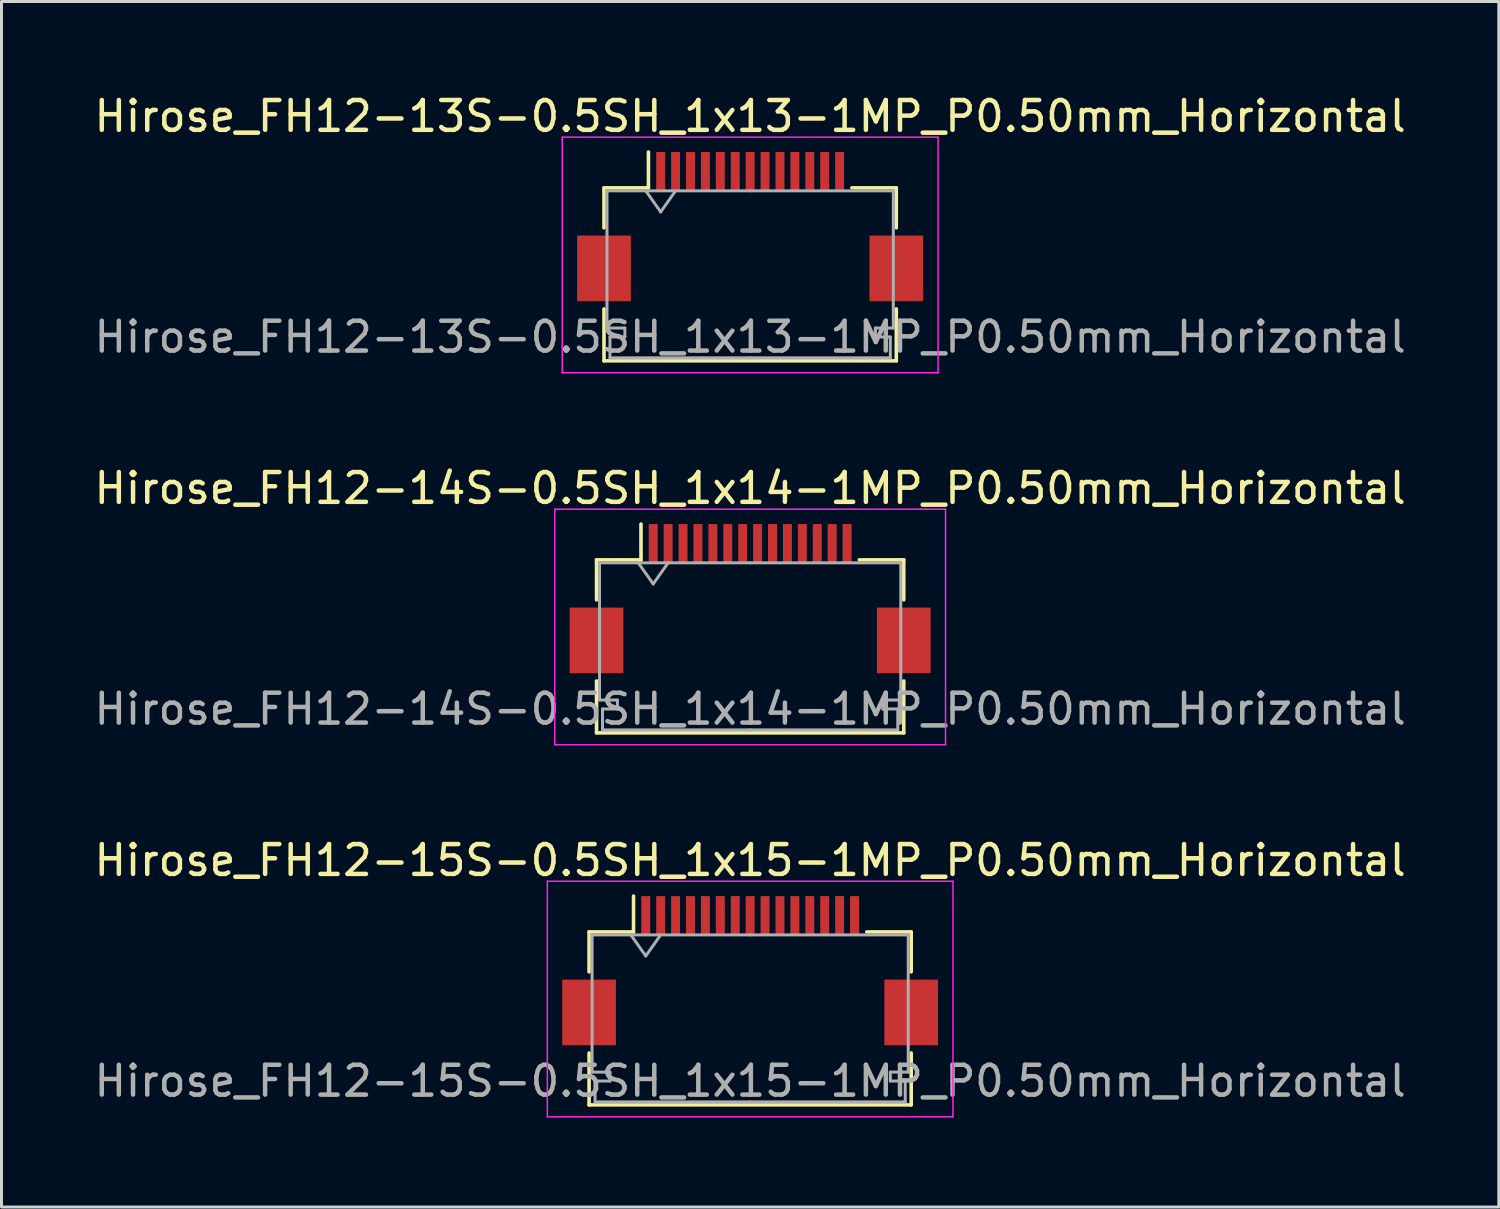
<source format=kicad_pcb>
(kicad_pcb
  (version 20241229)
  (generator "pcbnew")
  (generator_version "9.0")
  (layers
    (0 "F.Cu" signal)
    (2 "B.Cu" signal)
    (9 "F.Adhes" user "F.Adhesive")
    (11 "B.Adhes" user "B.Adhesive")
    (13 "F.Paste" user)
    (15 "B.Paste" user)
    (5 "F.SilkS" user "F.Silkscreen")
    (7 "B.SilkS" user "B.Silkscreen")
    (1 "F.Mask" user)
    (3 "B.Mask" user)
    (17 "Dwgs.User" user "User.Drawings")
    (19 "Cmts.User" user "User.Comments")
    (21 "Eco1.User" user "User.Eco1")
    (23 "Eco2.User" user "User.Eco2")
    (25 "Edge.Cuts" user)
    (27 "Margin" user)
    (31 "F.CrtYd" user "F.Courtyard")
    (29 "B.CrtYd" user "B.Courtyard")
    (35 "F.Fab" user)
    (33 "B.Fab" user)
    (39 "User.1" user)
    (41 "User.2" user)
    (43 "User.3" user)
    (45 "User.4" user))
  (footprint "Hirose_FH12-15S-0.5SH_1x15-1MP_P0.50mm_Horizontal"
    (layer "F.Cu")
    (at 22.101 29.495)
    (property "Reference" "Hirose_FH12-15S-0.5SH_1x15-1MP_P0.50mm_Horizontal" (at 0 -3.7 0) (layer "F.SilkS") (effects (font (size 1 1) (thickness 0.15))))
    (attr smd)
    (fp_line (start -5.4 -1.3) (end -5.4 0.04) (stroke (width 0.12) (type solid)) (layer "F.SilkS"))
    (fp_line (start -5.4 2.76) (end -5.4 4.5) (stroke (width 0.12) (type solid)) (layer "F.SilkS"))
    (fp_line (start -5.4 4.5) (end 5.4 4.5) (stroke (width 0.12) (type solid)) (layer "F.SilkS"))
    (fp_line (start -3.91 -1.3) (end -5.4 -1.3) (stroke (width 0.12) (type solid)) (layer "F.SilkS"))
    (fp_line (start -3.91 -1.3) (end -3.91 -2.5) (stroke (width 0.12) (type solid)) (layer "F.SilkS"))
    (fp_line (start 3.91 -1.3) (end 5.4 -1.3) (stroke (width 0.12) (type solid)) (layer "F.SilkS"))
    (fp_line (start 5.4 -1.3) (end 5.4 0.04) (stroke (width 0.12) (type solid)) (layer "F.SilkS"))
    (fp_line (start 5.4 4.5) (end 5.4 2.76) (stroke (width 0.12) (type solid)) (layer "F.SilkS"))
    (fp_line (start -6.8 -3) (end -6.8 4.9) (stroke (width 0.05) (type solid)) (layer "F.CrtYd"))
    (fp_line (start -6.8 4.9) (end 6.8 4.9) (stroke (width 0.05) (type solid)) (layer "F.CrtYd"))
    (fp_line (start 6.8 -3) (end -6.8 -3) (stroke (width 0.05) (type solid)) (layer "F.CrtYd"))
    (fp_line (start 6.8 4.9) (end 6.8 -3) (stroke (width 0.05) (type solid)) (layer "F.CrtYd"))
    (fp_line (start -5.3 -1.2) (end -5.3 3.4) (stroke (width 0.1) (type solid)) (layer "F.Fab"))
    (fp_line (start -5.3 3.4) (end -4.7 3.4) (stroke (width 0.1) (type solid)) (layer "F.Fab"))
    (fp_line (start -5.2 3.7) (end -5.2 4.4) (stroke (width 0.1) (type solid)) (layer "F.Fab"))
    (fp_line (start -5.2 4.4) (end 0 4.4) (stroke (width 0.1) (type solid)) (layer "F.Fab"))
    (fp_line (start -4.7 3.4) (end -4.7 3.7) (stroke (width 0.1) (type solid)) (layer "F.Fab"))
    (fp_line (start -4.7 3.7) (end -5.2 3.7) (stroke (width 0.1) (type solid)) (layer "F.Fab"))
    (fp_line (start -4 -1.2) (end -3.5 -0.493) (stroke (width 0.1) (type solid)) (layer "F.Fab"))
    (fp_line (start -3.5 -0.493) (end -3 -1.2) (stroke (width 0.1) (type solid)) (layer "F.Fab"))
    (fp_line (start 0 -1.2) (end -5.3 -1.2) (stroke (width 0.1) (type solid)) (layer "F.Fab"))
    (fp_line (start 0 -1.2) (end 5.3 -1.2) (stroke (width 0.1) (type solid)) (layer "F.Fab"))
    (fp_line (start 4.7 3.4) (end 4.7 3.7) (stroke (width 0.1) (type solid)) (layer "F.Fab"))
    (fp_line (start 4.7 3.7) (end 5.2 3.7) (stroke (width 0.1) (type solid)) (layer "F.Fab"))
    (fp_line (start 5.2 3.7) (end 5.2 4.4) (stroke (width 0.1) (type solid)) (layer "F.Fab"))
    (fp_line (start 5.2 4.4) (end 0 4.4) (stroke (width 0.1) (type solid)) (layer "F.Fab"))
    (fp_line (start 5.3 -1.2) (end 5.3 3.4) (stroke (width 0.1) (type solid)) (layer "F.Fab"))
    (fp_line (start 5.3 3.4) (end 4.7 3.4) (stroke (width 0.1) (type solid)) (layer "F.Fab"))
    (fp_text user "${REFERENCE}" (at 0 3.7 0) (layer "F.Fab") (effects (font (size 1 1) (thickness 0.15))))
    (pad "1" smd rect (at -3.5 -1.85) (size 0.3 1.3) (layers "F.Cu" "F.Mask" "F.Paste"))
    (pad "2" smd rect (at -3 -1.85) (size 0.3 1.3) (layers "F.Cu" "F.Mask" "F.Paste"))
    (pad "3" smd rect (at -2.5 -1.85) (size 0.3 1.3) (layers "F.Cu" "F.Mask" "F.Paste"))
    (pad "4" smd rect (at -2 -1.85) (size 0.3 1.3) (layers "F.Cu" "F.Mask" "F.Paste"))
    (pad "5" smd rect (at -1.5 -1.85) (size 0.3 1.3) (layers "F.Cu" "F.Mask" "F.Paste"))
    (pad "6" smd rect (at -1 -1.85) (size 0.3 1.3) (layers "F.Cu" "F.Mask" "F.Paste"))
    (pad "7" smd rect (at -0.5 -1.85) (size 0.3 1.3) (layers "F.Cu" "F.Mask" "F.Paste"))
    (pad "8" smd rect (at 0 -1.85) (size 0.3 1.3) (layers "F.Cu" "F.Mask" "F.Paste"))
    (pad "9" smd rect (at 0.5 -1.85) (size 0.3 1.3) (layers "F.Cu" "F.Mask" "F.Paste"))
    (pad "10" smd rect (at 1 -1.85) (size 0.3 1.3) (layers "F.Cu" "F.Mask" "F.Paste"))
    (pad "11" smd rect (at 1.5 -1.85) (size 0.3 1.3) (layers "F.Cu" "F.Mask" "F.Paste"))
    (pad "12" smd rect (at 2 -1.85) (size 0.3 1.3) (layers "F.Cu" "F.Mask" "F.Paste"))
    (pad "13" smd rect (at 2.5 -1.85) (size 0.3 1.3) (layers "F.Cu" "F.Mask" "F.Paste"))
    (pad "14" smd rect (at 3 -1.85) (size 0.3 1.3) (layers "F.Cu" "F.Mask" "F.Paste"))
    (pad "15" smd rect (at 3.5 -1.85) (size 0.3 1.3) (layers "F.Cu" "F.Mask" "F.Paste"))
    (pad "MP" smd rect (at -5.4 1.4) (size 1.8 2.2) (layers "F.Cu" "F.Mask" "F.Paste"))
    (pad "MP" smd rect (at 5.4 1.4) (size 1.8 2.2) (layers "F.Cu" "F.Mask" "F.Paste")))
  (footprint "Hirose_FH12-13S-0.5SH_1x13-1MP_P0.50mm_Horizontal"
    (layer "F.Cu")
    (at 22.101 4.548)
    (property "Reference" "Hirose_FH12-13S-0.5SH_1x13-1MP_P0.50mm_Horizontal" (at 0 -3.7 0) (layer "F.SilkS") (effects (font (size 1 1) (thickness 0.15))))
    (attr smd)
    (fp_line (start -4.9 -1.3) (end -4.9 0.04) (stroke (width 0.12) (type solid)) (layer "F.SilkS"))
    (fp_line (start -4.9 2.76) (end -4.9 4.5) (stroke (width 0.12) (type solid)) (layer "F.SilkS"))
    (fp_line (start -4.9 4.5) (end 4.9 4.5) (stroke (width 0.12) (type solid)) (layer "F.SilkS"))
    (fp_line (start -3.41 -1.3) (end -4.9 -1.3) (stroke (width 0.12) (type solid)) (layer "F.SilkS"))
    (fp_line (start -3.41 -1.3) (end -3.41 -2.5) (stroke (width 0.12) (type solid)) (layer "F.SilkS"))
    (fp_line (start 3.41 -1.3) (end 4.9 -1.3) (stroke (width 0.12) (type solid)) (layer "F.SilkS"))
    (fp_line (start 4.9 -1.3) (end 4.9 0.04) (stroke (width 0.12) (type solid)) (layer "F.SilkS"))
    (fp_line (start 4.9 4.5) (end 4.9 2.76) (stroke (width 0.12) (type solid)) (layer "F.SilkS"))
    (fp_line (start -6.3 -3) (end -6.3 4.9) (stroke (width 0.05) (type solid)) (layer "F.CrtYd"))
    (fp_line (start -6.3 4.9) (end 6.3 4.9) (stroke (width 0.05) (type solid)) (layer "F.CrtYd"))
    (fp_line (start 6.3 -3) (end -6.3 -3) (stroke (width 0.05) (type solid)) (layer "F.CrtYd"))
    (fp_line (start 6.3 4.9) (end 6.3 -3) (stroke (width 0.05) (type solid)) (layer "F.CrtYd"))
    (fp_line (start -4.8 -1.2) (end -4.8 3.4) (stroke (width 0.1) (type solid)) (layer "F.Fab"))
    (fp_line (start -4.8 3.4) (end -4.2 3.4) (stroke (width 0.1) (type solid)) (layer "F.Fab"))
    (fp_line (start -4.7 3.7) (end -4.7 4.4) (stroke (width 0.1) (type solid)) (layer "F.Fab"))
    (fp_line (start -4.7 4.4) (end 0 4.4) (stroke (width 0.1) (type solid)) (layer "F.Fab"))
    (fp_line (start -4.2 3.4) (end -4.2 3.7) (stroke (width 0.1) (type solid)) (layer "F.Fab"))
    (fp_line (start -4.2 3.7) (end -4.7 3.7) (stroke (width 0.1) (type solid)) (layer "F.Fab"))
    (fp_line (start -3.5 -1.2) (end -3 -0.493) (stroke (width 0.1) (type solid)) (layer "F.Fab"))
    (fp_line (start -3 -0.493) (end -2.5 -1.2) (stroke (width 0.1) (type solid)) (layer "F.Fab"))
    (fp_line (start 0 -1.2) (end -4.8 -1.2) (stroke (width 0.1) (type solid)) (layer "F.Fab"))
    (fp_line (start 0 -1.2) (end 4.8 -1.2) (stroke (width 0.1) (type solid)) (layer "F.Fab"))
    (fp_line (start 4.2 3.4) (end 4.2 3.7) (stroke (width 0.1) (type solid)) (layer "F.Fab"))
    (fp_line (start 4.2 3.7) (end 4.7 3.7) (stroke (width 0.1) (type solid)) (layer "F.Fab"))
    (fp_line (start 4.7 3.7) (end 4.7 4.4) (stroke (width 0.1) (type solid)) (layer "F.Fab"))
    (fp_line (start 4.7 4.4) (end 0 4.4) (stroke (width 0.1) (type solid)) (layer "F.Fab"))
    (fp_line (start 4.8 -1.2) (end 4.8 3.4) (stroke (width 0.1) (type solid)) (layer "F.Fab"))
    (fp_line (start 4.8 3.4) (end 4.2 3.4) (stroke (width 0.1) (type solid)) (layer "F.Fab"))
    (fp_text user "${REFERENCE}" (at 0 3.7 0) (layer "F.Fab") (effects (font (size 1 1) (thickness 0.15))))
    (pad "1" smd rect (at -3 -1.85) (size 0.3 1.3) (layers "F.Cu" "F.Mask" "F.Paste"))
    (pad "2" smd rect (at -2.5 -1.85) (size 0.3 1.3) (layers "F.Cu" "F.Mask" "F.Paste"))
    (pad "3" smd rect (at -2 -1.85) (size 0.3 1.3) (layers "F.Cu" "F.Mask" "F.Paste"))
    (pad "4" smd rect (at -1.5 -1.85) (size 0.3 1.3) (layers "F.Cu" "F.Mask" "F.Paste"))
    (pad "5" smd rect (at -1 -1.85) (size 0.3 1.3) (layers "F.Cu" "F.Mask" "F.Paste"))
    (pad "6" smd rect (at -0.5 -1.85) (size 0.3 1.3) (layers "F.Cu" "F.Mask" "F.Paste"))
    (pad "7" smd rect (at 0 -1.85) (size 0.3 1.3) (layers "F.Cu" "F.Mask" "F.Paste"))
    (pad "8" smd rect (at 0.5 -1.85) (size 0.3 1.3) (layers "F.Cu" "F.Mask" "F.Paste"))
    (pad "9" smd rect (at 1 -1.85) (size 0.3 1.3) (layers "F.Cu" "F.Mask" "F.Paste"))
    (pad "10" smd rect (at 1.5 -1.85) (size 0.3 1.3) (layers "F.Cu" "F.Mask" "F.Paste"))
    (pad "11" smd rect (at 2 -1.85) (size 0.3 1.3) (layers "F.Cu" "F.Mask" "F.Paste"))
    (pad "12" smd rect (at 2.5 -1.85) (size 0.3 1.3) (layers "F.Cu" "F.Mask" "F.Paste"))
    (pad "13" smd rect (at 3 -1.85) (size 0.3 1.3) (layers "F.Cu" "F.Mask" "F.Paste"))
    (pad "MP" smd rect (at -4.9 1.4) (size 1.8 2.2) (layers "F.Cu" "F.Mask" "F.Paste"))
    (pad "MP" smd rect (at 4.9 1.4) (size 1.8 2.2) (layers "F.Cu" "F.Mask" "F.Paste")))
  (footprint "Hirose_FH12-14S-0.5SH_1x14-1MP_P0.50mm_Horizontal"
    (layer "F.Cu")
    (at 22.101 17.021)
    (property "Reference" "Hirose_FH12-14S-0.5SH_1x14-1MP_P0.50mm_Horizontal" (at 0 -3.7 0) (layer "F.SilkS") (effects (font (size 1 1) (thickness 0.15))))
    (attr smd)
    (fp_line (start -5.15 -1.3) (end -5.15 0.04) (stroke (width 0.12) (type solid)) (layer "F.SilkS"))
    (fp_line (start -5.15 2.76) (end -5.15 4.5) (stroke (width 0.12) (type solid)) (layer "F.SilkS"))
    (fp_line (start -5.15 4.5) (end 5.15 4.5) (stroke (width 0.12) (type solid)) (layer "F.SilkS"))
    (fp_line (start -3.66 -1.3) (end -5.15 -1.3) (stroke (width 0.12) (type solid)) (layer "F.SilkS"))
    (fp_line (start -3.66 -1.3) (end -3.66 -2.5) (stroke (width 0.12) (type solid)) (layer "F.SilkS"))
    (fp_line (start 3.66 -1.3) (end 5.15 -1.3) (stroke (width 0.12) (type solid)) (layer "F.SilkS"))
    (fp_line (start 5.15 -1.3) (end 5.15 0.04) (stroke (width 0.12) (type solid)) (layer "F.SilkS"))
    (fp_line (start 5.15 4.5) (end 5.15 2.76) (stroke (width 0.12) (type solid)) (layer "F.SilkS"))
    (fp_line (start -6.55 -3) (end -6.55 4.9) (stroke (width 0.05) (type solid)) (layer "F.CrtYd"))
    (fp_line (start -6.55 4.9) (end 6.55 4.9) (stroke (width 0.05) (type solid)) (layer "F.CrtYd"))
    (fp_line (start 6.55 -3) (end -6.55 -3) (stroke (width 0.05) (type solid)) (layer "F.CrtYd"))
    (fp_line (start 6.55 4.9) (end 6.55 -3) (stroke (width 0.05) (type solid)) (layer "F.CrtYd"))
    (fp_line (start -5.05 -1.2) (end -5.05 3.4) (stroke (width 0.1) (type solid)) (layer "F.Fab"))
    (fp_line (start -5.05 3.4) (end -4.45 3.4) (stroke (width 0.1) (type solid)) (layer "F.Fab"))
    (fp_line (start -4.95 3.7) (end -4.95 4.4) (stroke (width 0.1) (type solid)) (layer "F.Fab"))
    (fp_line (start -4.95 4.4) (end 0 4.4) (stroke (width 0.1) (type solid)) (layer "F.Fab"))
    (fp_line (start -4.45 3.4) (end -4.45 3.7) (stroke (width 0.1) (type solid)) (layer "F.Fab"))
    (fp_line (start -4.45 3.7) (end -4.95 3.7) (stroke (width 0.1) (type solid)) (layer "F.Fab"))
    (fp_line (start -3.75 -1.2) (end -3.25 -0.493) (stroke (width 0.1) (type solid)) (layer "F.Fab"))
    (fp_line (start -3.25 -0.493) (end -2.75 -1.2) (stroke (width 0.1) (type solid)) (layer "F.Fab"))
    (fp_line (start 0 -1.2) (end -5.05 -1.2) (stroke (width 0.1) (type solid)) (layer "F.Fab"))
    (fp_line (start 0 -1.2) (end 5.05 -1.2) (stroke (width 0.1) (type solid)) (layer "F.Fab"))
    (fp_line (start 4.45 3.4) (end 4.45 3.7) (stroke (width 0.1) (type solid)) (layer "F.Fab"))
    (fp_line (start 4.45 3.7) (end 4.95 3.7) (stroke (width 0.1) (type solid)) (layer "F.Fab"))
    (fp_line (start 4.95 3.7) (end 4.95 4.4) (stroke (width 0.1) (type solid)) (layer "F.Fab"))
    (fp_line (start 4.95 4.4) (end 0 4.4) (stroke (width 0.1) (type solid)) (layer "F.Fab"))
    (fp_line (start 5.05 -1.2) (end 5.05 3.4) (stroke (width 0.1) (type solid)) (layer "F.Fab"))
    (fp_line (start 5.05 3.4) (end 4.45 3.4) (stroke (width 0.1) (type solid)) (layer "F.Fab"))
    (fp_text user "${REFERENCE}" (at 0 3.7 0) (layer "F.Fab") (effects (font (size 1 1) (thickness 0.15))))
    (pad "1" smd rect (at -3.25 -1.85) (size 0.3 1.3) (layers "F.Cu" "F.Mask" "F.Paste"))
    (pad "2" smd rect (at -2.75 -1.85) (size 0.3 1.3) (layers "F.Cu" "F.Mask" "F.Paste"))
    (pad "3" smd rect (at -2.25 -1.85) (size 0.3 1.3) (layers "F.Cu" "F.Mask" "F.Paste"))
    (pad "4" smd rect (at -1.75 -1.85) (size 0.3 1.3) (layers "F.Cu" "F.Mask" "F.Paste"))
    (pad "5" smd rect (at -1.25 -1.85) (size 0.3 1.3) (layers "F.Cu" "F.Mask" "F.Paste"))
    (pad "6" smd rect (at -0.75 -1.85) (size 0.3 1.3) (layers "F.Cu" "F.Mask" "F.Paste"))
    (pad "7" smd rect (at -0.25 -1.85) (size 0.3 1.3) (layers "F.Cu" "F.Mask" "F.Paste"))
    (pad "8" smd rect (at 0.25 -1.85) (size 0.3 1.3) (layers "F.Cu" "F.Mask" "F.Paste"))
    (pad "9" smd rect (at 0.75 -1.85) (size 0.3 1.3) (layers "F.Cu" "F.Mask" "F.Paste"))
    (pad "10" smd rect (at 1.25 -1.85) (size 0.3 1.3) (layers "F.Cu" "F.Mask" "F.Paste"))
    (pad "11" smd rect (at 1.75 -1.85) (size 0.3 1.3) (layers "F.Cu" "F.Mask" "F.Paste"))
    (pad "12" smd rect (at 2.25 -1.85) (size 0.3 1.3) (layers "F.Cu" "F.Mask" "F.Paste"))
    (pad "13" smd rect (at 2.75 -1.85) (size 0.3 1.3) (layers "F.Cu" "F.Mask" "F.Paste"))
    (pad "14" smd rect (at 3.25 -1.85) (size 0.3 1.3) (layers "F.Cu" "F.Mask" "F.Paste"))
    (pad "MP" smd rect (at -5.15 1.4) (size 1.8 2.2) (layers "F.Cu" "F.Mask" "F.Paste"))
    (pad "MP" smd rect (at 5.15 1.4) (size 1.8 2.2) (layers "F.Cu" "F.Mask" "F.Paste")))
  (gr_rect
    (start -3 -3)
    (end 47.202 37.42)
    (stroke (width 0.1) (type default))
    (fill no)
    (layer "Edge.Cuts")))
</source>
